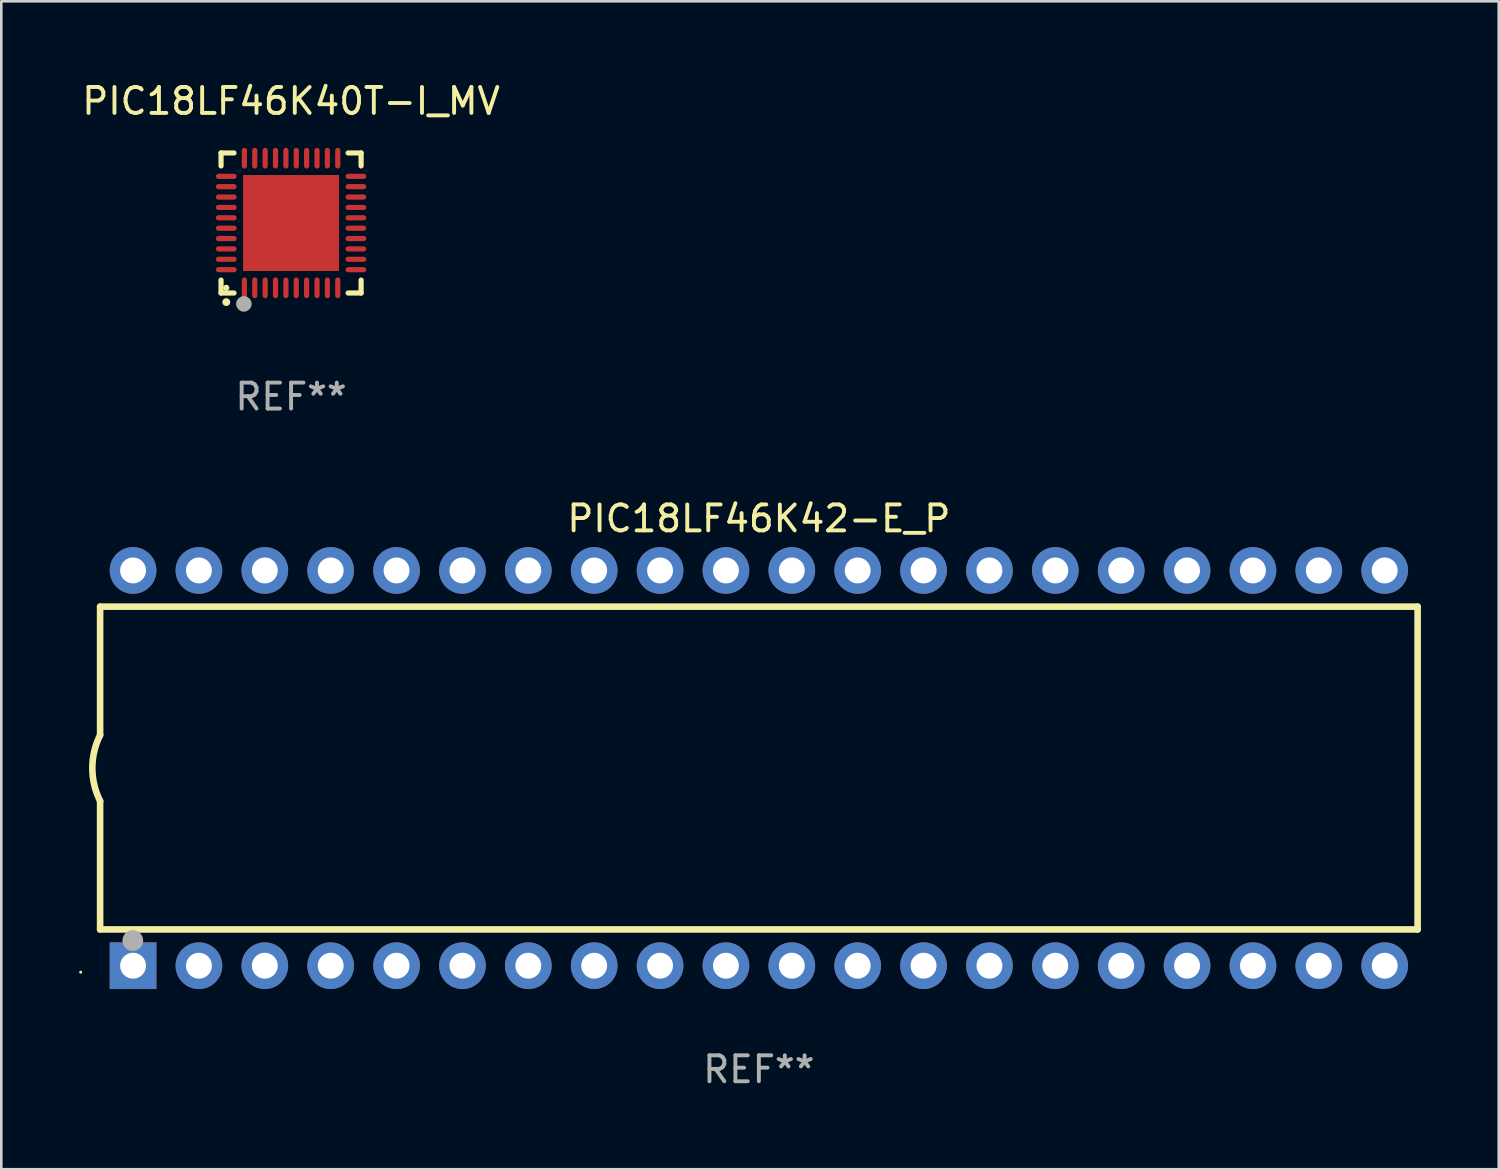
<source format=kicad_pcb>
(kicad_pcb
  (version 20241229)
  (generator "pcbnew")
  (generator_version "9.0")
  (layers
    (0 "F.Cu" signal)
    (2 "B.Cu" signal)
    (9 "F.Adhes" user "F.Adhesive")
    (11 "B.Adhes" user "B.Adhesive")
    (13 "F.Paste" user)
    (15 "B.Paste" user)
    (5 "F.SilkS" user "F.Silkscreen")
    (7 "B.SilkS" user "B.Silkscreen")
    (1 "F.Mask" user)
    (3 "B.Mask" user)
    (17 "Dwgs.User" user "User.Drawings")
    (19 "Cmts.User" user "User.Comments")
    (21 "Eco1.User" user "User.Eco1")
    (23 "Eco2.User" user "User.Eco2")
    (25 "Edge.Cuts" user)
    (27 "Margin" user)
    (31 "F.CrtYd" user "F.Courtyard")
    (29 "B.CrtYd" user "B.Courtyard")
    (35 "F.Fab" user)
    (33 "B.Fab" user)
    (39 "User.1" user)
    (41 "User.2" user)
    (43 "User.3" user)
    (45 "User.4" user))
  (footprint "PIC18LF46K42-E_P"
    (layer "F.Cu")
    (at 26.21 26.565)
    (property "Reference" "PIC18LF46K42-E_P" (at 0 -9.62 0) (layer "F.SilkS") (effects (font (size 1 1) (thickness 0.15))))
    (attr through_hole)
    (fp_line (start -25.4 -6.224) (end -25.4 -1.271) (stroke (width 0.254) (type solid)) (layer "F.SilkS"))
    (fp_line (start -25.4 -6.224) (end 25.4 -6.224) (stroke (width 0.254) (type solid)) (layer "F.SilkS"))
    (fp_line (start -25.4 1.269) (end -25.4 6.222) (stroke (width 0.254) (type solid)) (layer "F.SilkS"))
    (fp_line (start -25.4 6.222) (end 25.4 6.222) (stroke (width 0.254) (type solid)) (layer "F.SilkS"))
    (fp_line (start 25.4 6.222) (end 25.4 -6.224) (stroke (width 0.254) (type solid)) (layer "F.SilkS"))
    (fp_arc (start -25.4 1.269241) (mid -25.699807 -0.000762) (end -25.4 -1.270765) (stroke (width 0.254001) (type solid)) (layer "F.SilkS"))
    (fp_circle (center -26.15 7.87) (end -26.12 7.87) (stroke (width 0.06) (type solid)) (fill no) (layer "F.SilkS"))
    (fp_circle (center -24.14 6.65) (end -23.94 6.65) (stroke (width 0.4) (type solid)) (fill no) (layer "F.Fab"))
    (fp_text user "REF**" (at 0 11.62 0) (layer "F.Fab") (effects (font (size 1 1) (thickness 0.15))))
    (pad "1" thru_hole rect (at -24.13 7.62 90) (size 1.8 1.8) (drill 1) (layers "*.Cu" "*.Mask"))
    (pad "2" thru_hole circle (at -21.59 7.62) (size 1.8 1.8) (drill 1) (layers "*.Cu" "*.Mask"))
    (pad "3" thru_hole circle (at -19.05 7.62) (size 1.8 1.8) (drill 1) (layers "*.Cu" "*.Mask"))
    (pad "4" thru_hole circle (at -16.51 7.62) (size 1.8 1.8) (drill 1) (layers "*.Cu" "*.Mask"))
    (pad "5" thru_hole circle (at -13.97 7.62) (size 1.8 1.8) (drill 1) (layers "*.Cu" "*.Mask"))
    (pad "6" thru_hole circle (at -11.43 7.62) (size 1.8 1.8) (drill 1) (layers "*.Cu" "*.Mask"))
    (pad "7" thru_hole circle (at -8.89 7.62) (size 1.8 1.8) (drill 1) (layers "*.Cu" "*.Mask"))
    (pad "8" thru_hole circle (at -6.35 7.62) (size 1.8 1.8) (drill 1) (layers "*.Cu" "*.Mask"))
    (pad "9" thru_hole circle (at -3.81 7.62) (size 1.8 1.8) (drill 1) (layers "*.Cu" "*.Mask"))
    (pad "10" thru_hole circle (at -1.27 7.62) (size 1.8 1.8) (drill 1) (layers "*.Cu" "*.Mask"))
    (pad "11" thru_hole circle (at 1.27 7.62) (size 1.8 1.8) (drill 1) (layers "*.Cu" "*.Mask"))
    (pad "12" thru_hole circle (at 3.81 7.62) (size 1.8 1.8) (drill 1) (layers "*.Cu" "*.Mask"))
    (pad "13" thru_hole circle (at 6.35 7.62) (size 1.8 1.8) (drill 1) (layers "*.Cu" "*.Mask"))
    (pad "14" thru_hole circle (at 8.89 7.62) (size 1.8 1.8) (drill 1) (layers "*.Cu" "*.Mask"))
    (pad "15" thru_hole circle (at 11.43 7.62) (size 1.8 1.8) (drill 1) (layers "*.Cu" "*.Mask"))
    (pad "16" thru_hole circle (at 13.97 7.62) (size 1.8 1.8) (drill 1) (layers "*.Cu" "*.Mask"))
    (pad "17" thru_hole circle (at 16.51 7.62) (size 1.8 1.8) (drill 1) (layers "*.Cu" "*.Mask"))
    (pad "18" thru_hole circle (at 19.05 7.62) (size 1.8 1.8) (drill 1) (layers "*.Cu" "*.Mask"))
    (pad "19" thru_hole circle (at 21.59 7.62) (size 1.8 1.8) (drill 1) (layers "*.Cu" "*.Mask"))
    (pad "20" thru_hole circle (at 24.13 7.62) (size 1.8 1.8) (drill 1) (layers "*.Cu" "*.Mask"))
    (pad "21" thru_hole circle (at 24.13 -7.62) (size 1.8 1.8) (drill 1) (layers "*.Cu" "*.Mask"))
    (pad "22" thru_hole circle (at 21.59 -7.62) (size 1.8 1.8) (drill 1) (layers "*.Cu" "*.Mask"))
    (pad "23" thru_hole circle (at 19.05 -7.62) (size 1.8 1.8) (drill 1) (layers "*.Cu" "*.Mask"))
    (pad "24" thru_hole circle (at 16.51 -7.62) (size 1.8 1.8) (drill 1) (layers "*.Cu" "*.Mask"))
    (pad "25" thru_hole circle (at 13.97 -7.62) (size 1.8 1.8) (drill 1) (layers "*.Cu" "*.Mask"))
    (pad "26" thru_hole circle (at 11.43 -7.62) (size 1.8 1.8) (drill 1) (layers "*.Cu" "*.Mask"))
    (pad "27" thru_hole circle (at 8.89 -7.62) (size 1.8 1.8) (drill 1) (layers "*.Cu" "*.Mask"))
    (pad "28" thru_hole circle (at 6.35 -7.62) (size 1.8 1.8) (drill 1) (layers "*.Cu" "*.Mask"))
    (pad "29" thru_hole circle (at 3.81 -7.62) (size 1.8 1.8) (drill 1) (layers "*.Cu" "*.Mask"))
    (pad "30" thru_hole circle (at 1.27 -7.62) (size 1.8 1.8) (drill 1) (layers "*.Cu" "*.Mask"))
    (pad "31" thru_hole circle (at -1.27 -7.62) (size 1.8 1.8) (drill 1) (layers "*.Cu" "*.Mask"))
    (pad "32" thru_hole circle (at -3.81 -7.62) (size 1.8 1.8) (drill 1) (layers "*.Cu" "*.Mask"))
    (pad "33" thru_hole circle (at -6.35 -7.62) (size 1.8 1.8) (drill 1) (layers "*.Cu" "*.Mask"))
    (pad "34" thru_hole circle (at -8.89 -7.62) (size 1.8 1.8) (drill 1) (layers "*.Cu" "*.Mask"))
    (pad "35" thru_hole circle (at -11.43 -7.62) (size 1.8 1.8) (drill 1) (layers "*.Cu" "*.Mask"))
    (pad "36" thru_hole circle (at -13.97 -7.62) (size 1.8 1.8) (drill 1) (layers "*.Cu" "*.Mask"))
    (pad "37" thru_hole circle (at -16.51 -7.62) (size 1.8 1.8) (drill 1) (layers "*.Cu" "*.Mask"))
    (pad "38" thru_hole circle (at -19.05 -7.62) (size 1.8 1.8) (drill 1) (layers "*.Cu" "*.Mask"))
    (pad "39" thru_hole circle (at -21.59 -7.62) (size 1.8 1.8) (drill 1) (layers "*.Cu" "*.Mask"))
    (pad "40" thru_hole circle (at -24.13 -7.62) (size 1.8 1.8) (drill 1) (layers "*.Cu" "*.Mask")))
  (footprint "PIC18LF46K40T-I_MV"
    (layer "F.Cu")
    (at 8.173 5.548)
    (property "Reference" "PIC18LF46K40T-I_MV" (at 0 -4.7 0) (layer "F.SilkS") (effects (font (size 1 1) (thickness 0.15))))
    (attr through_hole)
    (fp_line (start -2.7 -2.7) (end -2.7 -2.2) (stroke (width 0.2) (type solid)) (layer "F.SilkS"))
    (fp_line (start -2.7 2.7) (end -2.7 2.2) (stroke (width 0.2) (type solid)) (layer "F.SilkS"))
    (fp_line (start -2.2 -2.7) (end -2.7 -2.7) (stroke (width 0.2) (type solid)) (layer "F.SilkS"))
    (fp_line (start -2.2 2.7) (end -2.7 2.7) (stroke (width 0.2) (type solid)) (layer "F.SilkS"))
    (fp_line (start 2.7 -2.7) (end 2.2 -2.7) (stroke (width 0.2) (type solid)) (layer "F.SilkS"))
    (fp_line (start 2.7 -2.2) (end 2.7 -2.7) (stroke (width 0.2) (type solid)) (layer "F.SilkS"))
    (fp_line (start 2.7 2.2) (end 2.7 2.7) (stroke (width 0.2) (type solid)) (layer "F.SilkS"))
    (fp_line (start 2.7 2.7) (end 2.2 2.7) (stroke (width 0.2) (type solid)) (layer "F.SilkS"))
    (fp_arc (start -2.499365 3.050546) (mid -2.498095 3.050541) (end -2.496825 3.050546) (stroke (width 0.3) (type solid)) (layer "F.SilkS"))
    (fp_circle (center -2.5 2.5) (end -2.44 2.5) (stroke (width 0.12) (type solid)) (fill no) (layer "F.SilkS"))
    (fp_circle (center -1.82 3.12) (end -1.67 3.12) (stroke (width 0.3) (type solid)) (fill no) (layer "F.Fab"))
    (fp_text user "REF**" (at 0 6.7 0) (layer "F.Fab") (effects (font (size 1 1) (thickness 0.15))))
    (pad "1" smd oval (at -1.8 2.499) (size 0.2 0.8) (layers "F.Cu" "F.Mask" "F.Paste"))
    (pad "2" smd oval (at -1.4 2.499) (size 0.2 0.8) (layers "F.Cu" "F.Mask" "F.Paste"))
    (pad "3" smd oval (at -1 2.499) (size 0.2 0.8) (layers "F.Cu" "F.Mask" "F.Paste"))
    (pad "4" smd oval (at -0.6 2.499) (size 0.2 0.8) (layers "F.Cu" "F.Mask" "F.Paste"))
    (pad "5" smd oval (at -0.2 2.499) (size 0.2 0.8) (layers "F.Cu" "F.Mask" "F.Paste"))
    (pad "6" smd oval (at 0.2 2.499) (size 0.2 0.8) (layers "F.Cu" "F.Mask" "F.Paste"))
    (pad "7" smd oval (at 0.6 2.499) (size 0.2 0.8) (layers "F.Cu" "F.Mask" "F.Paste"))
    (pad "8" smd oval (at 1 2.499) (size 0.2 0.8) (layers "F.Cu" "F.Mask" "F.Paste"))
    (pad "9" smd oval (at 1.4 2.499) (size 0.2 0.8) (layers "F.Cu" "F.Mask" "F.Paste"))
    (pad "10" smd oval (at 1.8 2.499) (size 0.2 0.8) (layers "F.Cu" "F.Mask" "F.Paste"))
    (pad "11" smd oval (at 2.499 1.8) (size 0.8 0.2) (layers "F.Cu" "F.Mask" "F.Paste"))
    (pad "12" smd oval (at 2.499 1.4) (size 0.8 0.2) (layers "F.Cu" "F.Mask" "F.Paste"))
    (pad "13" smd oval (at 2.499 1) (size 0.8 0.2) (layers "F.Cu" "F.Mask" "F.Paste"))
    (pad "14" smd oval (at 2.499 0.6) (size 0.8 0.2) (layers "F.Cu" "F.Mask" "F.Paste"))
    (pad "15" smd oval (at 2.499 0.2) (size 0.8 0.2) (layers "F.Cu" "F.Mask" "F.Paste"))
    (pad "16" smd oval (at 2.499 -0.2) (size 0.8 0.2) (layers "F.Cu" "F.Mask" "F.Paste"))
    (pad "17" smd oval (at 2.499 -0.6) (size 0.8 0.2) (layers "F.Cu" "F.Mask" "F.Paste"))
    (pad "18" smd oval (at 2.499 -1) (size 0.8 0.2) (layers "F.Cu" "F.Mask" "F.Paste"))
    (pad "19" smd oval (at 2.499 -1.4) (size 0.8 0.2) (layers "F.Cu" "F.Mask" "F.Paste"))
    (pad "20" smd oval (at 2.499 -1.8) (size 0.8 0.2) (layers "F.Cu" "F.Mask" "F.Paste"))
    (pad "21" smd oval (at 1.8 -2.499) (size 0.2 0.8) (layers "F.Cu" "F.Mask" "F.Paste"))
    (pad "22" smd oval (at 1.4 -2.499) (size 0.2 0.8) (layers "F.Cu" "F.Mask" "F.Paste"))
    (pad "23" smd oval (at 1 -2.499) (size 0.2 0.8) (layers "F.Cu" "F.Mask" "F.Paste"))
    (pad "24" smd oval (at 0.6 -2.499) (size 0.2 0.8) (layers "F.Cu" "F.Mask" "F.Paste"))
    (pad "25" smd oval (at 0.2 -2.499) (size 0.2 0.8) (layers "F.Cu" "F.Mask" "F.Paste"))
    (pad "26" smd oval (at -0.2 -2.499) (size 0.2 0.8) (layers "F.Cu" "F.Mask" "F.Paste"))
    (pad "27" smd oval (at -0.6 -2.499) (size 0.2 0.8) (layers "F.Cu" "F.Mask" "F.Paste"))
    (pad "28" smd oval (at -1 -2.499) (size 0.2 0.8) (layers "F.Cu" "F.Mask" "F.Paste"))
    (pad "29" smd oval (at -1.4 -2.499) (size 0.2 0.8) (layers "F.Cu" "F.Mask" "F.Paste"))
    (pad "30" smd oval (at -1.8 -2.499) (size 0.2 0.8) (layers "F.Cu" "F.Mask" "F.Paste"))
    (pad "31" smd oval (at -2.499 -1.8) (size 0.8 0.2) (layers "F.Cu" "F.Mask" "F.Paste"))
    (pad "32" smd oval (at -2.499 -1.4) (size 0.8 0.2) (layers "F.Cu" "F.Mask" "F.Paste"))
    (pad "33" smd oval (at -2.499 -1) (size 0.8 0.2) (layers "F.Cu" "F.Mask" "F.Paste"))
    (pad "34" smd oval (at -2.499 -0.6) (size 0.8 0.2) (layers "F.Cu" "F.Mask" "F.Paste"))
    (pad "35" smd oval (at -2.499 -0.2) (size 0.8 0.2) (layers "F.Cu" "F.Mask" "F.Paste"))
    (pad "36" smd oval (at -2.499 0.2) (size 0.8 0.2) (layers "F.Cu" "F.Mask" "F.Paste"))
    (pad "37" smd oval (at -2.499 0.6) (size 0.8 0.2) (layers "F.Cu" "F.Mask" "F.Paste"))
    (pad "38" smd oval (at -2.499 1) (size 0.8 0.2) (layers "F.Cu" "F.Mask" "F.Paste"))
    (pad "39" smd oval (at -2.499 1.4) (size 0.8 0.2) (layers "F.Cu" "F.Mask" "F.Paste"))
    (pad "40" smd oval (at -2.499 1.8) (size 0.8 0.2) (layers "F.Cu" "F.Mask" "F.Paste"))
    (pad "41" smd rect (at 0 0) (size 3.7 3.7) (layers "F.Cu" "F.Mask" "F.Paste")))
  (gr_rect
    (start -3 -3)
    (end 54.737 42.033)
    (stroke (width 0.1) (type default))
    (fill no)
    (layer "Edge.Cuts")))
</source>
